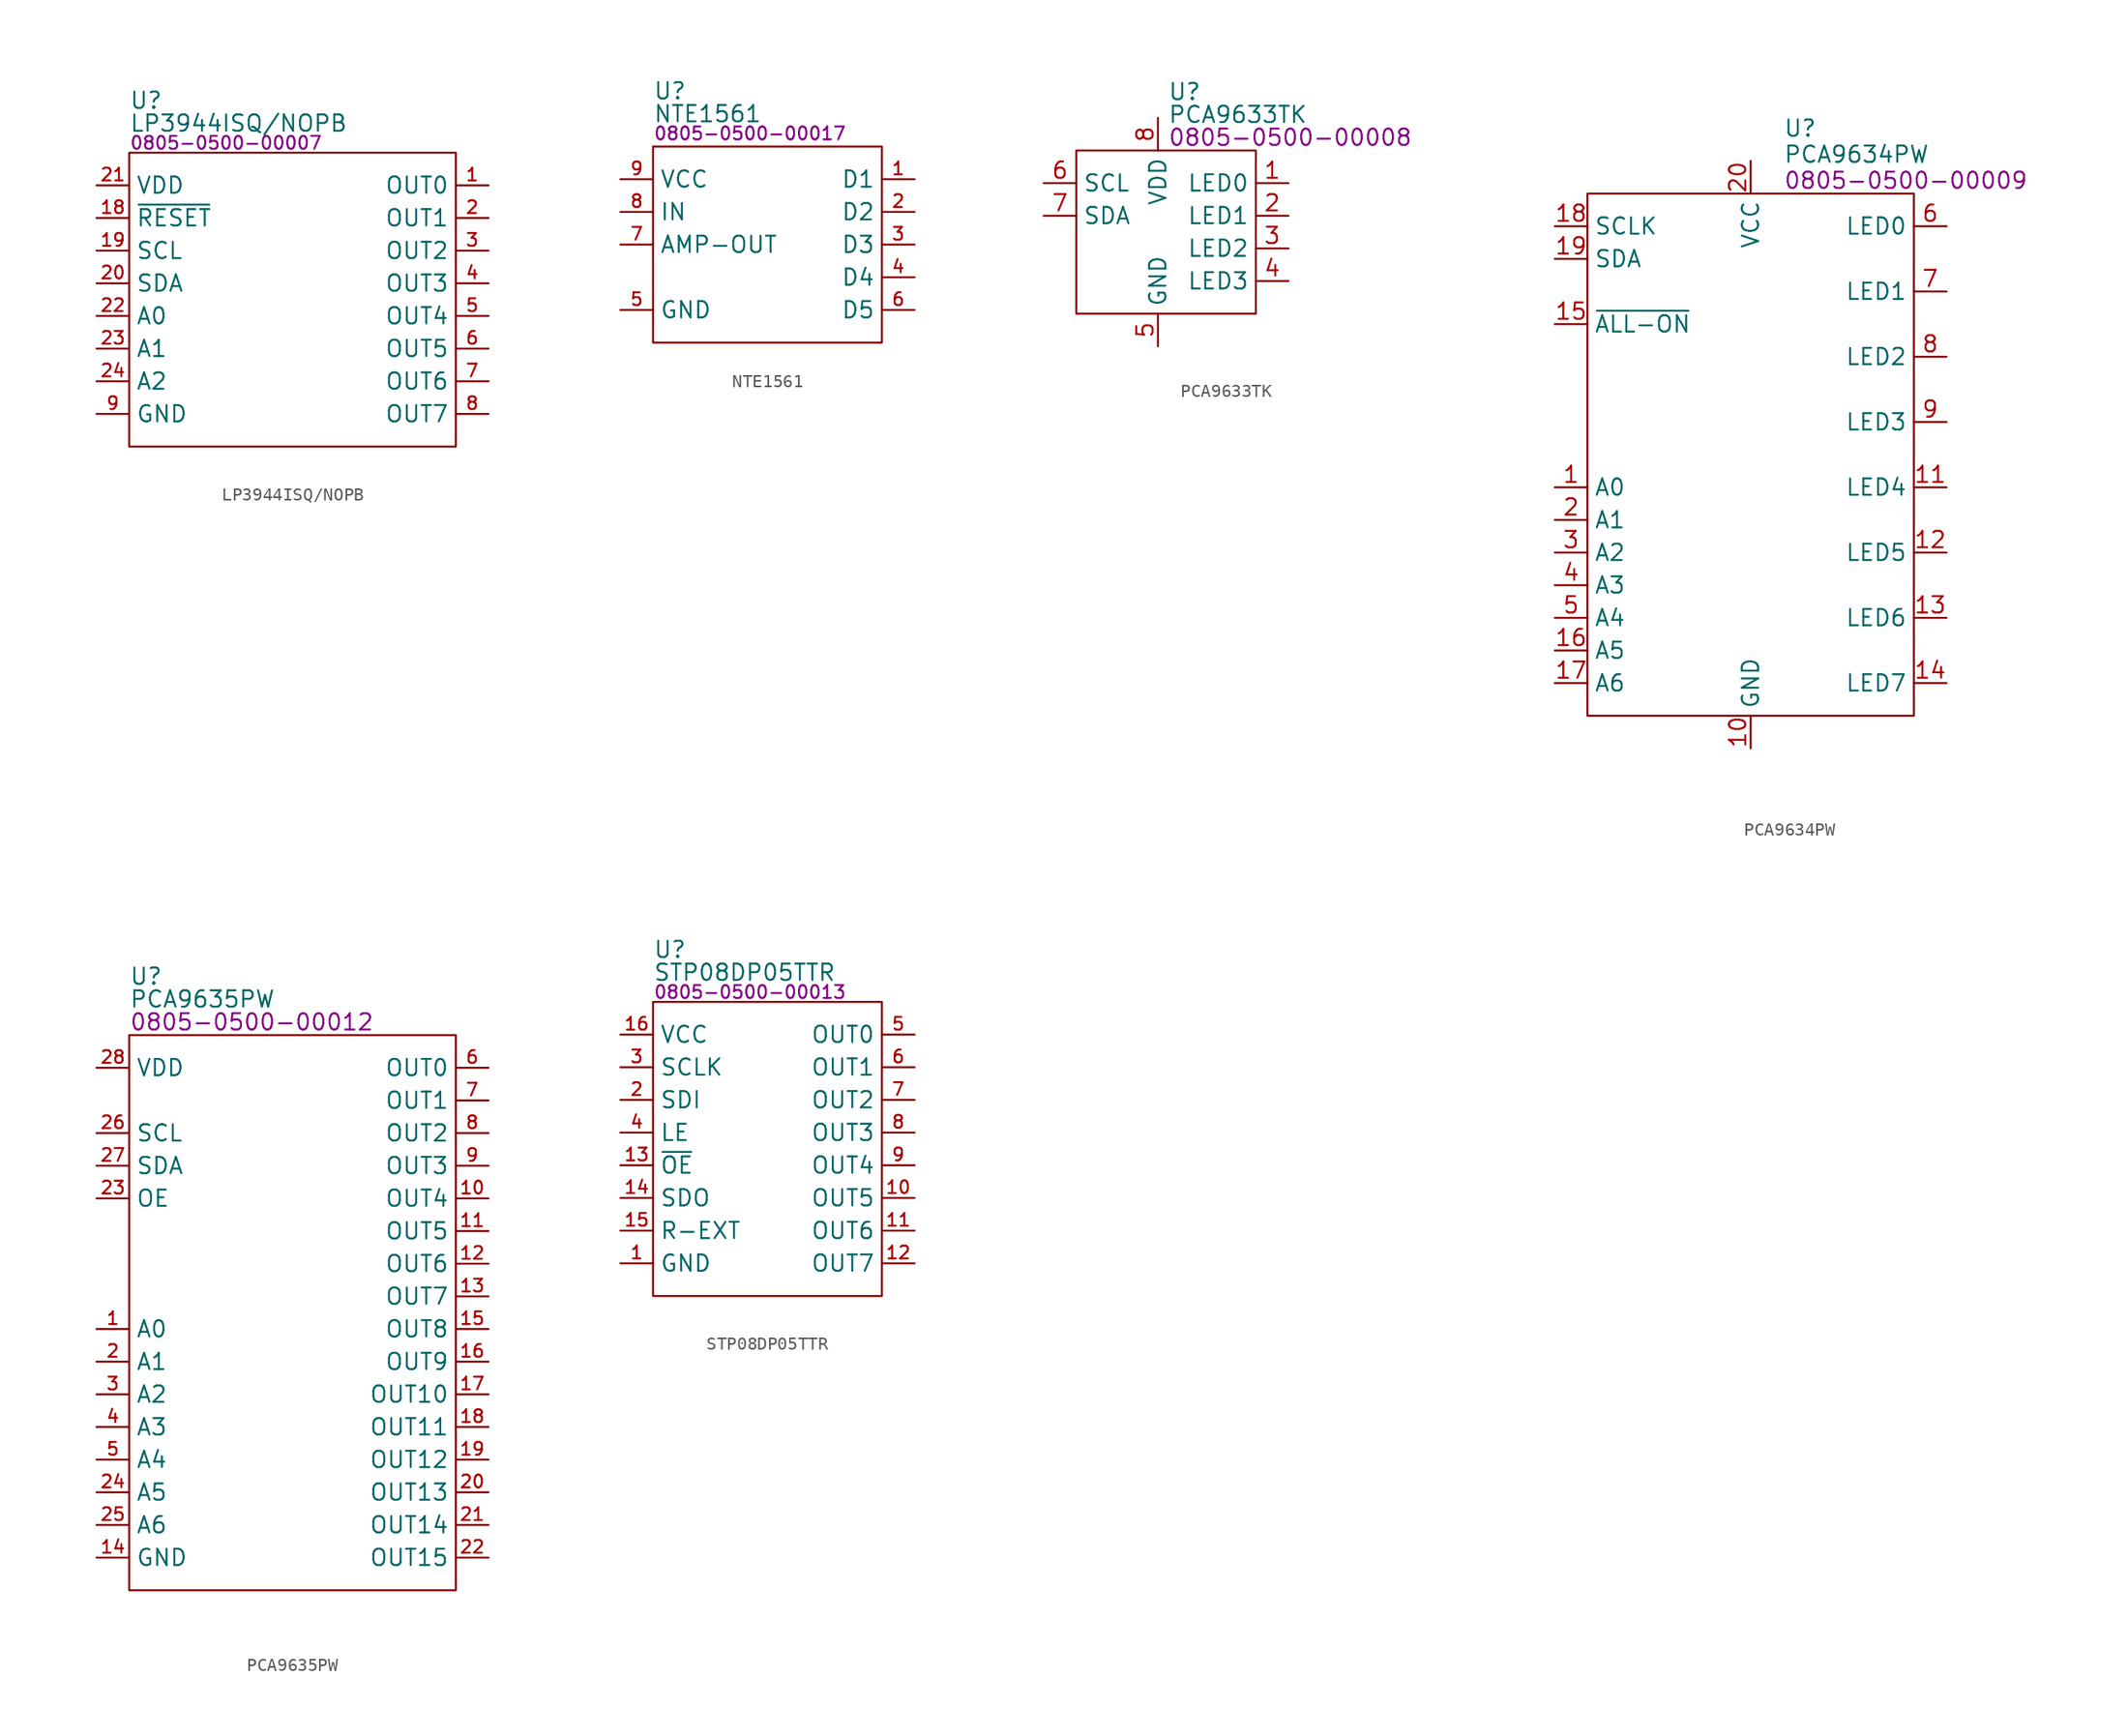
<source format=kicad_sym>
(kicad_symbol_lib
  (version 20231120)
  (generator "kicad_symbol_editor")
  (generator_version "8.0")
  (symbol "LP3944ISQ/NOPB"
    (property "Reference" "U"
      (at 0 4.064 0)
      (effects (font (size 1.27 1.27)) (justify left)))
    (property "Value" "LP3944ISQ/NOPB"
      (at 0 2.286 0)
      (effects (font (size 1.27 1.27)) (justify left)))
    (property "PartNumber" "0805-0500-00007"
      (at 0 0.762 0)
      (effects (font (size 1 1)) (justify left)))
    (symbol "LP3944ISQ/NOPB_0_0"
      (pin output line (at 27.94 -2.54 180) (length 2.54) (name "OUT0" (effects (font (size 1.27 1.27)))) (number "1" (effects (font (size 0.991 0.991)))))
      (pin no_connect line (at 10.16 -2.54 0) (length 2.54) hide (name "NC" (effects (font (size 1.27 1.27)))) (number "10" (effects (font (size 0.991 0.991)))))
      (pin no_connect line (at 10.16 -2.54 0) (length 2.54) hide (name "NC" (effects (font (size 1.27 1.27)))) (number "11" (effects (font (size 0.991 0.991)))))
      (pin no_connect line (at 10.16 -2.54 0) (length 2.54) hide (name "NC" (effects (font (size 1.27 1.27)))) (number "12" (effects (font (size 0.991 0.991)))))
      (pin no_connect line (at 10.16 -2.54 0) (length 2.54) hide (name "NC" (effects (font (size 1.27 1.27)))) (number "13" (effects (font (size 0.991 0.991)))))
      (pin no_connect line (at 10.16 -2.54 0) (length 2.54) hide (name "NC" (effects (font (size 1.27 1.27)))) (number "14" (effects (font (size 0.991 0.991)))))
      (pin no_connect line (at 10.16 -2.54 0) (length 2.54) hide (name "NC" (effects (font (size 1.27 1.27)))) (number "15" (effects (font (size 0.991 0.991)))))
      (pin no_connect line (at 10.16 -2.54 0) (length 2.54) hide (name "NC" (effects (font (size 1.27 1.27)))) (number "16" (effects (font (size 0.991 0.991)))))
      (pin no_connect line (at 10.16 -2.54 0) (length 2.54) hide (name "NC" (effects (font (size 1.27 1.27)))) (number "17" (effects (font (size 0.991 0.991)))))
      (pin input line (at -2.54 -5.08 0) (length 2.54) (name "~{RESET}" (effects (font (size 1.27 1.27)))) (number "18" (effects (font (size 0.991 0.991)))))
      (pin input line (at -2.54 -7.62 0) (length 2.54) (name "SCL" (effects (font (size 1.27 1.27)))) (number "19" (effects (font (size 0.991 0.991)))))
      (pin output line (at 27.94 -5.08 180) (length 2.54) (name "OUT1" (effects (font (size 1.27 1.27)))) (number "2" (effects (font (size 0.991 0.991)))))
      (pin bidirectional line (at -2.54 -10.16 0) (length 2.54) (name "SDA" (effects (font (size 1.27 1.27)))) (number "20" (effects (font (size 0.991 0.991)))))
      (pin power_in line (at -2.54 -2.54 0) (length 2.54) (name "VDD" (effects (font (size 1.27 1.27)))) (number "21" (effects (font (size 0.991 0.991)))))
      (pin input line (at -2.54 -12.7 0) (length 2.54) (name "A0" (effects (font (size 1.27 1.27)))) (number "22" (effects (font (size 0.991 0.991)))))
      (pin input line (at -2.54 -15.24 0) (length 2.54) (name "A1" (effects (font (size 1.27 1.27)))) (number "23" (effects (font (size 0.991 0.991)))))
      (pin input line (at -2.54 -17.78 0) (length 2.54) (name "A2" (effects (font (size 1.27 1.27)))) (number "24" (effects (font (size 0.991 0.991)))))
      (pin power_in line (at -2.54 -20.32 0) (length 2.54) hide (name "GND" (effects (font (size 1.27 1.27)))) (number "25" (effects (font (size 0.991 0.991)))))
      (pin output line (at 27.94 -7.62 180) (length 2.54) (name "OUT2" (effects (font (size 1.27 1.27)))) (number "3" (effects (font (size 0.991 0.991)))))
      (pin output line (at 27.94 -10.16 180) (length 2.54) (name "OUT3" (effects (font (size 1.27 1.27)))) (number "4" (effects (font (size 0.991 0.991)))))
      (pin output line (at 27.94 -12.7 180) (length 2.54) (name "OUT4" (effects (font (size 1.27 1.27)))) (number "5" (effects (font (size 0.991 0.991)))))
      (pin output line (at 27.94 -15.24 180) (length 2.54) (name "OUT5" (effects (font (size 1.27 1.27)))) (number "6" (effects (font (size 0.991 0.991)))))
      (pin output line (at 27.94 -17.78 180) (length 2.54) (name "OUT6" (effects (font (size 1.27 1.27)))) (number "7" (effects (font (size 0.991 0.991)))))
      (pin output line (at 27.94 -20.32 180) (length 2.54) (name "OUT7" (effects (font (size 1.27 1.27)))) (number "8" (effects (font (size 0.991 0.991)))))
      (pin power_in line (at -2.54 -20.32 0) (length 2.54) (name "GND" (effects (font (size 1.27 1.27)))) (number "9" (effects (font (size 0.991 0.991))))))
    (symbol "LP3944ISQ/NOPB_0_1"
      (rectangle (start 0 0) (end 25.4 -22.86) (stroke (width 0) (type default)) (fill (type none)))))
  (symbol "NTE1561"
    (property "Reference" "U"
      (at 0 4.318 0)
      (effects (font (size 1.27 1.27)) (justify left)))
    (property "Value" "NTE1561"
      (at 0 2.54 0)
      (effects (font (size 1.27 1.27)) (justify left)))
    (property "PartNumber" "0805-0500-00017"
      (at 0 1.016 0)
      (effects (font (size 1 1)) (justify left)))
    (symbol "NTE1561_0_0"
      (pin output line (at 20.32 -2.54 180) (length 2.54) (name "D1" (effects (font (size 1.27 1.27)))) (number "1" (effects (font (size 0.991 0.991)))))
      (pin output line (at 20.32 -5.08 180) (length 2.54) (name "D2" (effects (font (size 1.27 1.27)))) (number "2" (effects (font (size 0.991 0.991)))))
      (pin output line (at 20.32 -7.62 180) (length 2.54) (name "D3" (effects (font (size 1.27 1.27)))) (number "3" (effects (font (size 0.991 0.991)))))
      (pin output line (at 20.32 -10.16 180) (length 2.54) (name "D4" (effects (font (size 1.27 1.27)))) (number "4" (effects (font (size 0.991 0.991)))))
      (pin power_in line (at -2.54 -12.7 0) (length 2.54) (name "GND" (effects (font (size 1.27 1.27)))) (number "5" (effects (font (size 0.991 0.991)))))
      (pin output line (at 20.32 -12.7 180) (length 2.54) (name "D5" (effects (font (size 1.27 1.27)))) (number "6" (effects (font (size 0.991 0.991)))))
      (pin output line (at -2.54 -7.62 0) (length 2.54) (name "AMP-OUT" (effects (font (size 1.27 1.27)))) (number "7" (effects (font (size 0.991 0.991)))))
      (pin input line (at -2.54 -5.08 0) (length 2.54) (name "IN" (effects (font (size 1.27 1.27)))) (number "8" (effects (font (size 0.991 0.991)))))
      (pin power_in line (at -2.54 -2.54 0) (length 2.54) (name "VCC" (effects (font (size 1.27 1.27)))) (number "9" (effects (font (size 0.991 0.991))))))
    (symbol "NTE1561_0_1"
      (rectangle (start 0 0) (end 17.78 -15.24) (stroke (width 0) (type default)) (fill (type none)))))
  (symbol "PCA9633TK"
    (property "Reference" "U"
      (at 7.112 4.572 0)
      (effects (font (size 1.27 1.27)) (justify left)))
    (property "Value" "PCA9633TK"
      (at 7.112 2.794 0)
      (effects (font (size 1.27 1.27)) (justify left)))
    (property "PartNumber" "0805-0500-00008"
      (at 7.112 1.016 0)
      (effects (font (size 1.27 1.27)) (justify left)))
    (symbol "PCA9633TK_0_0"
      (pin tri_state line (at 16.51 -2.54 180) (length 2.54) (name "LED0" (effects (font (size 1.27 1.27)))) (number "1" (effects (font (size 1.27 1.27)))))
      (pin tri_state line (at 16.51 -5.08 180) (length 2.54) (name "LED1" (effects (font (size 1.27 1.27)))) (number "2" (effects (font (size 1.27 1.27)))))
      (pin tri_state line (at 16.51 -7.62 180) (length 2.54) (name "LED2" (effects (font (size 1.27 1.27)))) (number "3" (effects (font (size 1.27 1.27)))))
      (pin tri_state line (at 16.51 -10.16 180) (length 2.54) (name "LED3" (effects (font (size 1.27 1.27)))) (number "4" (effects (font (size 1.27 1.27)))))
      (pin power_in line (at 6.35 -15.24 90) (length 2.54) (name "GND" (effects (font (size 1.27 1.27)))) (number "5" (effects (font (size 1.27 1.27)))))
      (pin input line (at -2.54 -2.54 0) (length 2.54) (name "SCL" (effects (font (size 1.27 1.27)))) (number "6" (effects (font (size 1.27 1.27)))))
      (pin bidirectional line (at -2.54 -5.08 0) (length 2.54) (name "SDA" (effects (font (size 1.27 1.27)))) (number "7" (effects (font (size 1.27 1.27)))))
      (pin power_in line (at 6.35 2.54 270) (length 2.54) (name "VDD" (effects (font (size 1.27 1.27)))) (number "8" (effects (font (size 1.27 1.27)))))
      (pin power_in line (at 6.35 -15.24 90) (length 2.54) hide (name "GND" (effects (font (size 1.27 1.27)))) (number "9" (effects (font (size 1.27 1.27))))))
    (symbol "PCA9633TK_0_1"
      (rectangle (start 0 0) (end 13.97 -12.7) (stroke (width 0) (type default)) (fill (type none)))))
  (symbol "PCA9634PW"
    (property "Reference" "U"
      (at 15.24 5.08 0)
      (effects (font (size 1.27 1.27)) (justify left)))
    (property "Value" "PCA9634PW"
      (at 15.24 3.048 0)
      (effects (font (size 1.27 1.27)) (justify left)))
    (property "PartNumber" "0805-0500-00009"
      (at 15.24 1.016 0)
      (effects (font (size 1.27 1.27)) (justify left)))
    (symbol "PCA9634PW_0_0"
      (pin input line (at -2.54 -22.86 0) (length 2.54) (name "A0" (effects (font (size 1.27 1.27)))) (number "1" (effects (font (size 1.27 1.27)))))
      (pin power_in line (at 12.7 -43.18 90) (length 2.54) (name "GND" (effects (font (size 1.27 1.27)))) (number "10" (effects (font (size 1.27 1.27)))))
      (pin output line (at 27.94 -22.86 180) (length 2.54) (name "LED4" (effects (font (size 1.27 1.27)))) (number "11" (effects (font (size 1.27 1.27)))))
      (pin output line (at 27.94 -27.94 180) (length 2.54) (name "LED5" (effects (font (size 1.27 1.27)))) (number "12" (effects (font (size 1.27 1.27)))))
      (pin output line (at 27.94 -33.02 180) (length 2.54) (name "LED6" (effects (font (size 1.27 1.27)))) (number "13" (effects (font (size 1.27 1.27)))))
      (pin output line (at 27.94 -38.1 180) (length 2.54) (name "LED7" (effects (font (size 1.27 1.27)))) (number "14" (effects (font (size 1.27 1.27)))))
      (pin input line (at -2.54 -35.56 0) (length 2.54) (name "A5" (effects (font (size 1.27 1.27)))) (number "16" (effects (font (size 1.27 1.27)))))
      (pin input line (at -2.54 -38.1 0) (length 2.54) (name "A6" (effects (font (size 1.27 1.27)))) (number "17" (effects (font (size 1.27 1.27)))))
      (pin input line (at -2.54 -2.54 0) (length 2.54) (name "SCLK" (effects (font (size 1.27 1.27)))) (number "18" (effects (font (size 1.27 1.27)))))
      (pin bidirectional line (at -2.54 -5.08 0) (length 2.54) (name "SDA" (effects (font (size 1.27 1.27)))) (number "19" (effects (font (size 1.27 1.27)))))
      (pin input line (at -2.54 -25.4 0) (length 2.54) (name "A1" (effects (font (size 1.27 1.27)))) (number "2" (effects (font (size 1.27 1.27)))))
      (pin power_in line (at 12.7 2.54 270) (length 2.54) (name "VCC" (effects (font (size 1.27 1.27)))) (number "20" (effects (font (size 1.27 1.27)))))
      (pin input line (at -2.54 -27.94 0) (length 2.54) (name "A2" (effects (font (size 1.27 1.27)))) (number "3" (effects (font (size 1.27 1.27)))))
      (pin input line (at -2.54 -30.48 0) (length 2.54) (name "A3" (effects (font (size 1.27 1.27)))) (number "4" (effects (font (size 1.27 1.27)))))
      (pin input line (at -2.54 -33.02 0) (length 2.54) (name "A4" (effects (font (size 1.27 1.27)))) (number "5" (effects (font (size 1.27 1.27)))))
      (pin output line (at 27.94 -2.54 180) (length 2.54) (name "LED0" (effects (font (size 1.27 1.27)))) (number "6" (effects (font (size 1.27 1.27)))))
      (pin output line (at 27.94 -7.62 180) (length 2.54) (name "LED1" (effects (font (size 1.27 1.27)))) (number "7" (effects (font (size 1.27 1.27)))))
      (pin output line (at 27.94 -12.7 180) (length 2.54) (name "LED2" (effects (font (size 1.27 1.27)))) (number "8" (effects (font (size 1.27 1.27)))))
      (pin output line (at 27.94 -17.78 180) (length 2.54) (name "LED3" (effects (font (size 1.27 1.27)))) (number "9" (effects (font (size 1.27 1.27))))))
    (symbol "PCA9634PW_0_1"
      (rectangle (start 0 0) (end 25.4 -40.64) (stroke (width 0) (type default)) (fill (type none))))
    (symbol "PCA9634PW_1_0"
      (pin input line (at -2.54 -10.16 0) (length 2.54) (name "~{ALL-ON}" (effects (font (size 1.27 1.27)))) (number "15" (effects (font (size 1.27 1.27)))))))
  (symbol "PCA9635PW"
    (property "Reference" "U"
      (at 0 4.572 0)
      (effects (font (size 1.27 1.27)) (justify left)))
    (property "Value" "PCA9635PW"
      (at 0 2.794 0)
      (effects (font (size 1.27 1.27)) (justify left)))
    (property "PartNumber" "0805-0500-00012"
      (at 0 1.016 0)
      (effects (font (size 1.27 1.27)) (justify left)))
    (symbol "PCA9635PW_0_0"
      (pin input line (at -2.54 -22.86 0) (length 2.54) (name "A0" (effects (font (size 1.27 1.27)))) (number "1" (effects (font (size 0.991 0.991)))))
      (pin output line (at 27.94 -12.7 180) (length 2.54) (name "OUT4" (effects (font (size 1.27 1.27)))) (number "10" (effects (font (size 0.991 0.991)))))
      (pin output line (at 27.94 -15.24 180) (length 2.54) (name "OUT5" (effects (font (size 1.27 1.27)))) (number "11" (effects (font (size 0.991 0.991)))))
      (pin output line (at 27.94 -17.78 180) (length 2.54) (name "OUT6" (effects (font (size 1.27 1.27)))) (number "12" (effects (font (size 0.991 0.991)))))
      (pin output line (at 27.94 -20.32 180) (length 2.54) (name "OUT7" (effects (font (size 1.27 1.27)))) (number "13" (effects (font (size 0.991 0.991)))))
      (pin power_in line (at -2.54 -40.64 0) (length 2.54) (name "GND" (effects (font (size 1.27 1.27)))) (number "14" (effects (font (size 0.991 0.991)))))
      (pin output line (at 27.94 -22.86 180) (length 2.54) (name "OUT8" (effects (font (size 1.27 1.27)))) (number "15" (effects (font (size 0.991 0.991)))))
      (pin output line (at 27.94 -25.4 180) (length 2.54) (name "OUT9" (effects (font (size 1.27 1.27)))) (number "16" (effects (font (size 0.991 0.991)))))
      (pin output line (at 27.94 -27.94 180) (length 2.54) (name "OUT10" (effects (font (size 1.27 1.27)))) (number "17" (effects (font (size 0.991 0.991)))))
      (pin output line (at 27.94 -30.48 180) (length 2.54) (name "OUT11" (effects (font (size 1.27 1.27)))) (number "18" (effects (font (size 0.991 0.991)))))
      (pin output line (at 27.94 -33.02 180) (length 2.54) (name "OUT12" (effects (font (size 1.27 1.27)))) (number "19" (effects (font (size 0.991 0.991)))))
      (pin input line (at -2.54 -25.4 0) (length 2.54) (name "A1" (effects (font (size 1.27 1.27)))) (number "2" (effects (font (size 0.991 0.991)))))
      (pin output line (at 27.94 -35.56 180) (length 2.54) (name "OUT13" (effects (font (size 1.27 1.27)))) (number "20" (effects (font (size 0.991 0.991)))))
      (pin output line (at 27.94 -38.1 180) (length 2.54) (name "OUT14" (effects (font (size 1.27 1.27)))) (number "21" (effects (font (size 0.991 0.991)))))
      (pin output line (at 27.94 -40.64 180) (length 2.54) (name "OUT15" (effects (font (size 1.27 1.27)))) (number "22" (effects (font (size 0.991 0.991)))))
      (pin input line (at -2.54 -12.7 0) (length 2.54) (name "OE" (effects (font (size 1.27 1.27)))) (number "23" (effects (font (size 0.991 0.991)))))
      (pin input line (at -2.54 -35.56 0) (length 2.54) (name "A5" (effects (font (size 1.27 1.27)))) (number "24" (effects (font (size 0.991 0.991)))))
      (pin input line (at -2.54 -38.1 0) (length 2.54) (name "A6" (effects (font (size 1.27 1.27)))) (number "25" (effects (font (size 0.991 0.991)))))
      (pin input line (at -2.54 -7.62 0) (length 2.54) (name "SCL" (effects (font (size 1.27 1.27)))) (number "26" (effects (font (size 0.991 0.991)))))
      (pin bidirectional line (at -2.54 -10.16 0) (length 2.54) (name "SDA" (effects (font (size 1.27 1.27)))) (number "27" (effects (font (size 0.991 0.991)))))
      (pin power_in line (at -2.54 -2.54 0) (length 2.54) (name "VDD" (effects (font (size 1.27 1.27)))) (number "28" (effects (font (size 0.991 0.991)))))
      (pin input line (at -2.54 -27.94 0) (length 2.54) (name "A2" (effects (font (size 1.27 1.27)))) (number "3" (effects (font (size 0.991 0.991)))))
      (pin input line (at -2.54 -30.48 0) (length 2.54) (name "A3" (effects (font (size 1.27 1.27)))) (number "4" (effects (font (size 0.991 0.991)))))
      (pin input line (at -2.54 -33.02 0) (length 2.54) (name "A4" (effects (font (size 1.27 1.27)))) (number "5" (effects (font (size 0.991 0.991)))))
      (pin output line (at 27.94 -2.54 180) (length 2.54) (name "OUT0" (effects (font (size 1.27 1.27)))) (number "6" (effects (font (size 0.991 0.991)))))
      (pin output line (at 27.94 -5.08 180) (length 2.54) (name "OUT1" (effects (font (size 1.27 1.27)))) (number "7" (effects (font (size 0.991 0.991)))))
      (pin output line (at 27.94 -7.62 180) (length 2.54) (name "OUT2" (effects (font (size 1.27 1.27)))) (number "8" (effects (font (size 0.991 0.991)))))
      (pin output line (at 27.94 -10.16 180) (length 2.54) (name "OUT3" (effects (font (size 1.27 1.27)))) (number "9" (effects (font (size 0.991 0.991))))))
    (symbol "PCA9635PW_0_1"
      (rectangle (start 0 0) (end 25.4 -43.18) (stroke (width 0) (type default)) (fill (type none)))))
  (symbol "STP08DP05TTR"
    (property "Reference" "U"
      (at 0 4.064 0)
      (effects (font (size 1.27 1.27)) (justify left)))
    (property "Value" "STP08DP05TTR"
      (at 0 2.286 0)
      (effects (font (size 1.27 1.27)) (justify left)))
    (property "PartNumber" "0805-0500-00013"
      (at 0 0.762 0)
      (effects (font (size 1 1)) (justify left)))
    (symbol "STP08DP05TTR_0_0"
      (pin power_in line (at -2.54 -20.32 0) (length 2.54) (name "GND" (effects (font (size 1.27 1.27)))) (number "1" (effects (font (size 0.991 0.991)))))
      (pin output line (at 20.32 -15.24 180) (length 2.54) (name "OUT5" (effects (font (size 1.27 1.27)))) (number "10" (effects (font (size 0.991 0.991)))))
      (pin output line (at 20.32 -17.78 180) (length 2.54) (name "OUT6" (effects (font (size 1.27 1.27)))) (number "11" (effects (font (size 0.991 0.991)))))
      (pin output line (at 20.32 -20.32 180) (length 2.54) (name "OUT7" (effects (font (size 1.27 1.27)))) (number "12" (effects (font (size 0.991 0.991)))))
      (pin output line (at -2.54 -15.24 0) (length 2.54) (name "SDO" (effects (font (size 1.27 1.27)))) (number "14" (effects (font (size 0.991 0.991)))))
      (pin input line (at -2.54 -17.78 0) (length 2.54) (name "R-EXT" (effects (font (size 1.27 1.27)))) (number "15" (effects (font (size 0.991 0.991)))))
      (pin power_in line (at -2.54 -2.54 0) (length 2.54) (name "VCC" (effects (font (size 1.27 1.27)))) (number "16" (effects (font (size 0.991 0.991)))))
      (pin input line (at -2.54 -7.62 0) (length 2.54) (name "SDI" (effects (font (size 1.27 1.27)))) (number "2" (effects (font (size 0.991 0.991)))))
      (pin input line (at -2.54 -5.08 0) (length 2.54) (name "SCLK" (effects (font (size 1.27 1.27)))) (number "3" (effects (font (size 0.991 0.991)))))
      (pin input line (at -2.54 -10.16 0) (length 2.54) (name "LE" (effects (font (size 1.27 1.27)))) (number "4" (effects (font (size 0.991 0.991)))))
      (pin output line (at 20.32 -2.54 180) (length 2.54) (name "OUT0" (effects (font (size 1.27 1.27)))) (number "5" (effects (font (size 0.991 0.991)))))
      (pin output line (at 20.32 -5.08 180) (length 2.54) (name "OUT1" (effects (font (size 1.27 1.27)))) (number "6" (effects (font (size 0.991 0.991)))))
      (pin output line (at 20.32 -7.62 180) (length 2.54) (name "OUT2" (effects (font (size 1.27 1.27)))) (number "7" (effects (font (size 0.991 0.991)))))
      (pin output line (at 20.32 -10.16 180) (length 2.54) (name "OUT3" (effects (font (size 1.27 1.27)))) (number "8" (effects (font (size 0.991 0.991)))))
      (pin output line (at 20.32 -12.7 180) (length 2.54) (name "OUT4" (effects (font (size 1.27 1.27)))) (number "9" (effects (font (size 0.991 0.991))))))
    (symbol "STP08DP05TTR_0_1"
      (rectangle (start 0 0) (end 17.78 -22.86) (stroke (width 0) (type default)) (fill (type none))))
    (symbol "STP08DP05TTR_1_0"
      (pin input line (at -2.54 -12.7 0) (length 2.54) (name "~{OE}" (effects (font (size 1.27 1.27)))) (number "13" (effects (font (size 0.991 0.991))))))))
</source>
